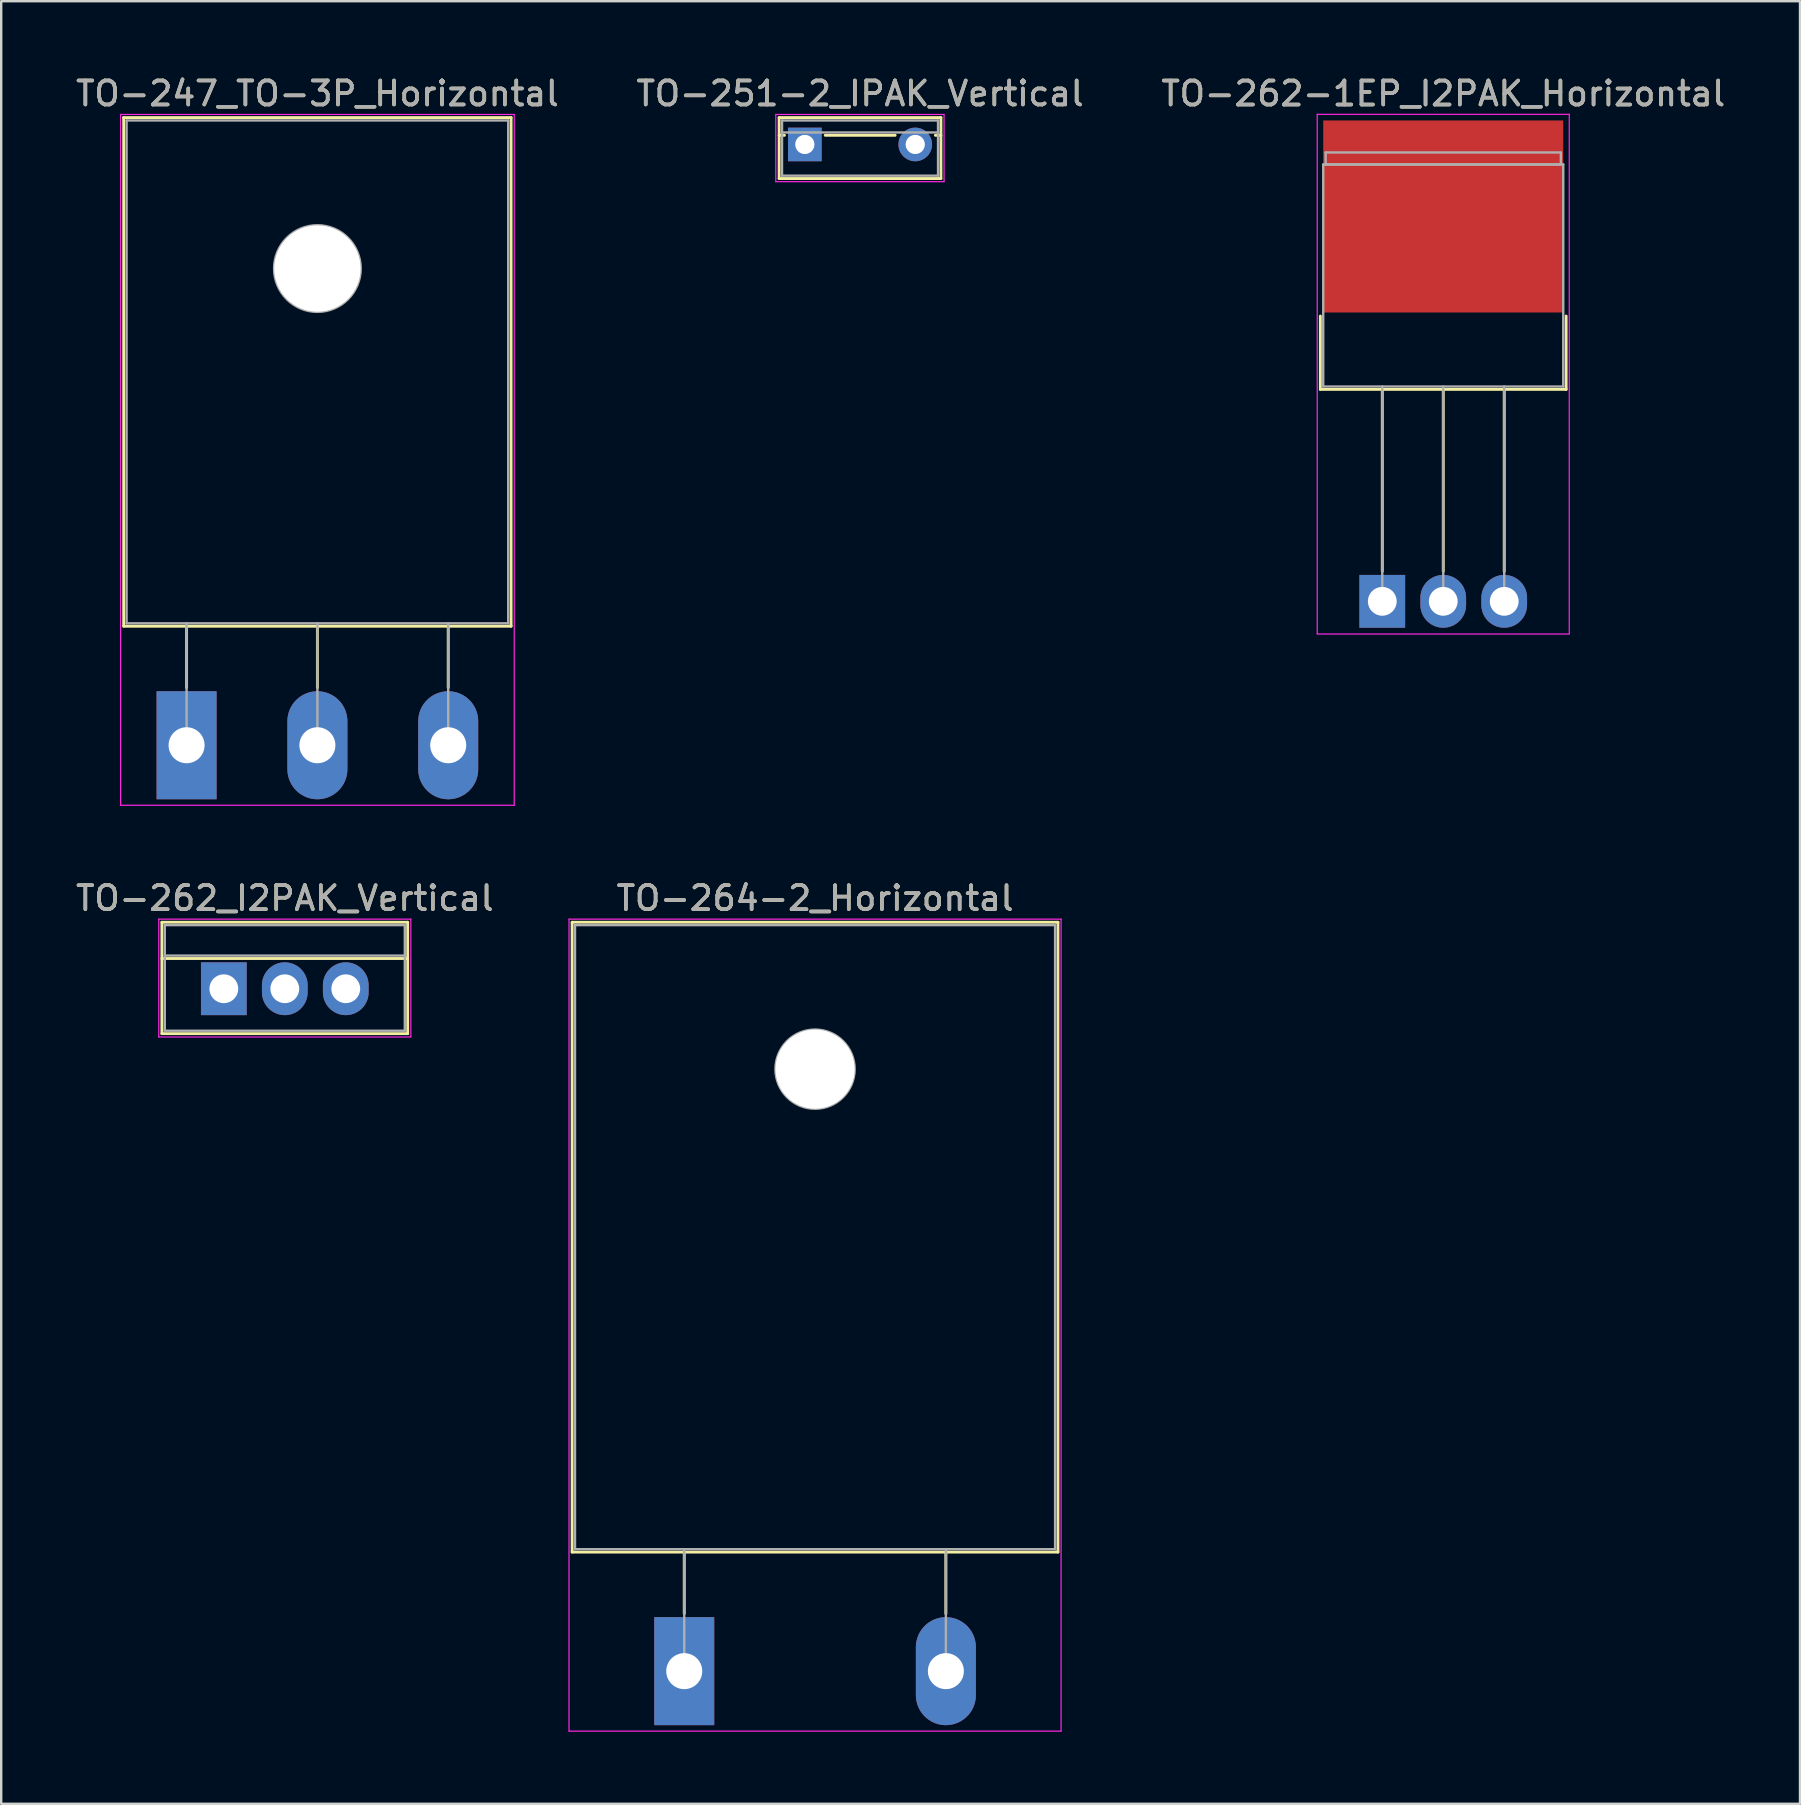
<source format=kicad_pcb>
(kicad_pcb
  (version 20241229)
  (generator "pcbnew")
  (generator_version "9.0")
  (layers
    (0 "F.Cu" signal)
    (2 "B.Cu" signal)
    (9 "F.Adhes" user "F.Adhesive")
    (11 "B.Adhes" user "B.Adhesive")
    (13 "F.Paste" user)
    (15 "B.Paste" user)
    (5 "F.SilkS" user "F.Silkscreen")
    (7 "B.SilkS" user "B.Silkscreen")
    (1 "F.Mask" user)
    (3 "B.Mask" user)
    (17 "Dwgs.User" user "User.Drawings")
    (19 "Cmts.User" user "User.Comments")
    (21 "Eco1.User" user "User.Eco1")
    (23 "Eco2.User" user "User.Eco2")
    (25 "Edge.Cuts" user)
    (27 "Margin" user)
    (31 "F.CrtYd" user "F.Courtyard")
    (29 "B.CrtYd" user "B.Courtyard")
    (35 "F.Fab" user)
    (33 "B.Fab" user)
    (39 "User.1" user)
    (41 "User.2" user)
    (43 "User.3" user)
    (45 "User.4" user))
  (footprint "TO-262_I2PAK_Vertical"
    (layer "F.Cu")
    (at 6.275 38.142)
    (property "Reference" "TO-262_I2PAK_Vertical" (at 2.54 -3.77 0) (layer "F.SilkS") (effects (font (size 1 1) (thickness 0.15))))
    (attr through_hole)
    (fp_line (start -2.58 -2.77) (end -2.58 1.871) (stroke (width 0.12) (type solid)) (layer "F.SilkS"))
    (fp_line (start -2.58 -2.77) (end 7.66 -2.77) (stroke (width 0.12) (type solid)) (layer "F.SilkS"))
    (fp_line (start -2.58 -1.26) (end 7.66 -1.26) (stroke (width 0.12) (type solid)) (layer "F.SilkS"))
    (fp_line (start -2.58 1.871) (end 7.66 1.871) (stroke (width 0.12) (type solid)) (layer "F.SilkS"))
    (fp_line (start 7.66 -2.77) (end 7.66 1.871) (stroke (width 0.12) (type solid)) (layer "F.SilkS"))
    (fp_line (start -2.71 -2.9) (end -2.71 2.01) (stroke (width 0.05) (type solid)) (layer "F.CrtYd"))
    (fp_line (start -2.71 2.01) (end 7.79 2.01) (stroke (width 0.05) (type solid)) (layer "F.CrtYd"))
    (fp_line (start 7.79 -2.9) (end -2.71 -2.9) (stroke (width 0.05) (type solid)) (layer "F.CrtYd"))
    (fp_line (start 7.79 2.01) (end 7.79 -2.9) (stroke (width 0.05) (type solid)) (layer "F.CrtYd"))
    (fp_line (start -2.46 -2.65) (end -2.46 1.75) (stroke (width 0.1) (type solid)) (layer "F.Fab"))
    (fp_line (start -2.46 -1.38) (end 7.54 -1.38) (stroke (width 0.1) (type solid)) (layer "F.Fab"))
    (fp_line (start -2.46 1.75) (end 7.54 1.75) (stroke (width 0.1) (type solid)) (layer "F.Fab"))
    (fp_line (start 7.54 -2.65) (end -2.46 -2.65) (stroke (width 0.1) (type solid)) (layer "F.Fab"))
    (fp_line (start 7.54 1.75) (end 7.54 -2.65) (stroke (width 0.1) (type solid)) (layer "F.Fab"))
    (fp_text user "${REFERENCE}" (at 2.54 -3.77 0) (layer "F.Fab") (effects (font (size 1 1) (thickness 0.15))))
    (pad "1" thru_hole rect (at 0 0) (size 1.905 2.2) (drill 1.2) (layers "*.Cu" "*.Mask"))
    (pad "2" thru_hole oval (at 2.54 0) (size 1.905 2.2) (drill 1.2) (layers "*.Cu" "*.Mask"))
    (pad "3" thru_hole oval (at 5.08 0) (size 1.905 2.2) (drill 1.2) (layers "*.Cu" "*.Mask")))
  (footprint "TO-262-1EP_I2PAK_Horizontal"
    (layer "F.Cu")
    (at 54.537 22.002)
    (property "Reference" "TO-262-1EP_I2PAK_Horizontal" (at 2.54 -21.153 0) (layer "F.SilkS") (effects (font (size 1 1) (thickness 0.15))))
    (attr through_hole)
    (fp_line (start -2.58 -11.884) (end -2.58 -8.83) (stroke (width 0.12) (type solid)) (layer "F.SilkS"))
    (fp_line (start -2.58 -8.83) (end 7.66 -8.83) (stroke (width 0.12) (type solid)) (layer "F.SilkS"))
    (fp_line (start 0 -8.83) (end 0 -1.25) (stroke (width 0.12) (type solid)) (layer "F.SilkS"))
    (fp_line (start 2.54 -8.83) (end 2.54 -1.25) (stroke (width 0.12) (type solid)) (layer "F.SilkS"))
    (fp_line (start 5.08 -8.83) (end 5.08 -1.25) (stroke (width 0.12) (type solid)) (layer "F.SilkS"))
    (fp_line (start 7.66 -11.884) (end 7.66 -8.83) (stroke (width 0.12) (type solid)) (layer "F.SilkS"))
    (fp_line (start -2.71 -20.29) (end -2.71 1.36) (stroke (width 0.05) (type solid)) (layer "F.CrtYd"))
    (fp_line (start -2.71 1.36) (end 7.79 1.36) (stroke (width 0.05) (type solid)) (layer "F.CrtYd"))
    (fp_line (start 7.79 -20.29) (end -2.71 -20.29) (stroke (width 0.05) (type solid)) (layer "F.CrtYd"))
    (fp_line (start 7.79 1.36) (end 7.79 -20.29) (stroke (width 0.05) (type solid)) (layer "F.CrtYd"))
    (fp_line (start -2.46 -18.2) (end 7.54 -18.2) (stroke (width 0.1) (type solid)) (layer "F.Fab"))
    (fp_line (start -2.46 -8.95) (end -2.46 -18.2) (stroke (width 0.1) (type solid)) (layer "F.Fab"))
    (fp_line (start -2.36 -18.7) (end 7.44 -18.7) (stroke (width 0.1) (type solid)) (layer "F.Fab"))
    (fp_line (start -2.36 -18.2) (end -2.36 -18.7) (stroke (width 0.1) (type solid)) (layer "F.Fab"))
    (fp_line (start 0 -8.95) (end 0 0) (stroke (width 0.1) (type solid)) (layer "F.Fab"))
    (fp_line (start 2.54 -8.95) (end 2.54 0) (stroke (width 0.1) (type solid)) (layer "F.Fab"))
    (fp_line (start 5.08 -8.95) (end 5.08 0) (stroke (width 0.1) (type solid)) (layer "F.Fab"))
    (fp_line (start 7.44 -18.7) (end 7.44 -18.2) (stroke (width 0.1) (type solid)) (layer "F.Fab"))
    (fp_line (start 7.44 -18.2) (end -2.36 -18.2) (stroke (width 0.1) (type solid)) (layer "F.Fab"))
    (fp_line (start 7.54 -18.2) (end 7.54 -8.95) (stroke (width 0.1) (type solid)) (layer "F.Fab"))
    (fp_line (start 7.54 -8.95) (end -2.46 -8.95) (stroke (width 0.1) (type solid)) (layer "F.Fab"))
    (fp_text user "${REFERENCE}" (at 2.54 -21.153 0) (layer "F.Fab") (effects (font (size 1 1) (thickness 0.15))))
    (pad "1" thru_hole rect (at 0 0) (size 1.905 2.2) (drill 1.2) (layers "*.Cu" "*.Mask"))
    (pad "2" thru_hole oval (at 2.54 0) (size 1.905 2.2) (drill 1.2) (layers "*.Cu" "*.Mask"))
    (pad "3" thru_hole oval (at 5.08 0) (size 1.905 2.2) (drill 1.2) (layers "*.Cu" "*.Mask"))
    (pad "4" smd rect (at 2.54 -16.033) (size 10 8) (layers "F.Cu" "F.Mask")))
  (footprint "TO-247_TO-3P_Horizontal"
    (layer "F.Cu")
    (at 4.723 27.998)
    (property "Reference" "TO-247_TO-3P_Horizontal" (at 5.45 -27.15 0) (layer "F.SilkS") (effects (font (size 1 1) (thickness 0.15))))
    (attr through_hole)
    (fp_line (start -2.62 -26.15) (end -2.62 -4.96) (stroke (width 0.12) (type solid)) (layer "F.SilkS"))
    (fp_line (start -2.62 -26.15) (end 13.52 -26.15) (stroke (width 0.12) (type solid)) (layer "F.SilkS"))
    (fp_line (start -2.62 -4.96) (end 13.52 -4.96) (stroke (width 0.12) (type solid)) (layer "F.SilkS"))
    (fp_line (start 0 -4.96) (end 0 -2.4) (stroke (width 0.12) (type solid)) (layer "F.SilkS"))
    (fp_line (start 5.45 -4.96) (end 5.45 -2.4) (stroke (width 0.12) (type solid)) (layer "F.SilkS"))
    (fp_line (start 10.9 -4.96) (end 10.9 -2.4) (stroke (width 0.12) (type solid)) (layer "F.SilkS"))
    (fp_line (start 13.52 -26.15) (end 13.52 -4.96) (stroke (width 0.12) (type solid)) (layer "F.SilkS"))
    (fp_line (start -2.75 -26.28) (end -2.75 2.5) (stroke (width 0.05) (type solid)) (layer "F.CrtYd"))
    (fp_line (start -2.75 2.5) (end 13.65 2.5) (stroke (width 0.05) (type solid)) (layer "F.CrtYd"))
    (fp_line (start 13.65 -26.28) (end -2.75 -26.28) (stroke (width 0.05) (type solid)) (layer "F.CrtYd"))
    (fp_line (start 13.65 2.5) (end 13.65 -26.28) (stroke (width 0.05) (type solid)) (layer "F.CrtYd"))
    (fp_line (start -2.5 -26.03) (end 13.4 -26.03) (stroke (width 0.1) (type solid)) (layer "F.Fab"))
    (fp_line (start -2.5 -5.08) (end -2.5 -26.03) (stroke (width 0.1) (type solid)) (layer "F.Fab"))
    (fp_line (start 0 -5.08) (end 0 0) (stroke (width 0.1) (type solid)) (layer "F.Fab"))
    (fp_line (start 5.45 -5.08) (end 5.45 0) (stroke (width 0.1) (type solid)) (layer "F.Fab"))
    (fp_line (start 10.9 -5.08) (end 10.9 0) (stroke (width 0.1) (type solid)) (layer "F.Fab"))
    (fp_line (start 13.4 -26.03) (end 13.4 -5.08) (stroke (width 0.1) (type solid)) (layer "F.Fab"))
    (fp_line (start 13.4 -5.08) (end -2.5 -5.08) (stroke (width 0.1) (type solid)) (layer "F.Fab"))
    (fp_circle (center 5.45 -19.86) (end 7.255 -19.86) (stroke (width 0.1) (type solid)) (fill no) (layer "F.Fab"))
    (fp_text user "${REFERENCE}" (at 5.45 -27.15 0) (layer "F.Fab") (effects (font (size 1 1) (thickness 0.15))))
    (pad "" np_thru_hole oval (at 5.45 -19.86) (size 3.6 3.6) (drill 3.6) (layers "*.Cu" "*.Mask"))
    (pad "1" thru_hole rect (at 0 0) (size 2.5 4.5) (drill 1.5) (layers "*.Cu" "*.Mask"))
    (pad "2" thru_hole oval (at 5.45 0) (size 2.5 4.5) (drill 1.5) (layers "*.Cu" "*.Mask"))
    (pad "3" thru_hole oval (at 10.9 0) (size 2.5 4.5) (drill 1.5) (layers "*.Cu" "*.Mask")))
  (footprint "TO-264-2_Horizontal"
    (layer "F.Cu")
    (at 25.456 66.572)
    (property "Reference" "TO-264-2_Horizontal" (at 5.45 -32.2 0) (layer "F.SilkS") (effects (font (size 1 1) (thickness 0.15))))
    (attr through_hole)
    (fp_line (start -4.67 -31.2) (end -4.67 -4.96) (stroke (width 0.12) (type solid)) (layer "F.SilkS"))
    (fp_line (start -4.67 -31.2) (end 15.57 -31.2) (stroke (width 0.12) (type solid)) (layer "F.SilkS"))
    (fp_line (start -4.67 -4.96) (end 15.57 -4.96) (stroke (width 0.12) (type solid)) (layer "F.SilkS"))
    (fp_line (start 0 -4.96) (end 0 -2.4) (stroke (width 0.12) (type solid)) (layer "F.SilkS"))
    (fp_line (start 10.9 -4.96) (end 10.9 -2.4) (stroke (width 0.12) (type solid)) (layer "F.SilkS"))
    (fp_line (start 15.57 -31.2) (end 15.57 -4.96) (stroke (width 0.12) (type solid)) (layer "F.SilkS"))
    (fp_line (start -4.8 -31.33) (end -4.8 2.5) (stroke (width 0.05) (type solid)) (layer "F.CrtYd"))
    (fp_line (start -4.8 2.5) (end 15.7 2.5) (stroke (width 0.05) (type solid)) (layer "F.CrtYd"))
    (fp_line (start 15.7 -31.33) (end -4.8 -31.33) (stroke (width 0.05) (type solid)) (layer "F.CrtYd"))
    (fp_line (start 15.7 2.5) (end 15.7 -31.33) (stroke (width 0.05) (type solid)) (layer "F.CrtYd"))
    (fp_line (start -4.55 -31.08) (end 15.45 -31.08) (stroke (width 0.1) (type solid)) (layer "F.Fab"))
    (fp_line (start -4.55 -5.08) (end -4.55 -31.08) (stroke (width 0.1) (type solid)) (layer "F.Fab"))
    (fp_line (start 0 -5.08) (end 0 0) (stroke (width 0.1) (type solid)) (layer "F.Fab"))
    (fp_line (start 10.9 -5.08) (end 10.9 0) (stroke (width 0.1) (type solid)) (layer "F.Fab"))
    (fp_line (start 15.45 -31.08) (end 15.45 -5.08) (stroke (width 0.1) (type solid)) (layer "F.Fab"))
    (fp_line (start 15.45 -5.08) (end -4.55 -5.08) (stroke (width 0.1) (type solid)) (layer "F.Fab"))
    (fp_circle (center 5.45 -25.08) (end 7.1 -25.08) (stroke (width 0.1) (type solid)) (fill no) (layer "F.Fab"))
    (fp_text user "${REFERENCE}" (at 5.45 -32.2 0) (layer "F.Fab") (effects (font (size 1 1) (thickness 0.15))))
    (pad "" np_thru_hole oval (at 5.45 -25.08) (size 3.3 3.3) (drill 3.3) (layers "*.Cu" "*.Mask"))
    (pad "1" thru_hole rect (at 0 0) (size 2.5 4.5) (drill 1.5) (layers "*.Cu" "*.Mask"))
    (pad "2" thru_hole oval (at 10.9 0) (size 2.5 4.5) (drill 1.5) (layers "*.Cu" "*.Mask")))
  (footprint "TO-251-2_IPAK_Vertical"
    (layer "F.Cu")
    (at 30.48 2.968)
    (property "Reference" "TO-251-2_IPAK_Vertical" (at 2.3 -2.12 0) (layer "F.SilkS") (effects (font (size 1 1) (thickness 0.15))))
    (attr through_hole)
    (fp_line (start -1.071 -1.12) (end -1.071 1.42) (stroke (width 0.12) (type solid)) (layer "F.SilkS"))
    (fp_line (start -1.071 -1.12) (end 5.67 -1.12) (stroke (width 0.12) (type solid)) (layer "F.SilkS"))
    (fp_line (start -1.071 -0.381) (end -0.85 -0.381) (stroke (width 0.12) (type solid)) (layer "F.SilkS"))
    (fp_line (start -1.071 1.42) (end 5.67 1.42) (stroke (width 0.12) (type solid)) (layer "F.SilkS"))
    (fp_line (start 0.85 -0.381) (end 3.762 -0.381) (stroke (width 0.12) (type solid)) (layer "F.SilkS"))
    (fp_line (start 5.439 -0.381) (end 5.67 -0.381) (stroke (width 0.12) (type solid)) (layer "F.SilkS"))
    (fp_line (start 5.67 -1.12) (end 5.67 1.42) (stroke (width 0.12) (type solid)) (layer "F.SilkS"))
    (fp_line (start -1.21 -1.25) (end -1.21 1.55) (stroke (width 0.05) (type solid)) (layer "F.CrtYd"))
    (fp_line (start -1.21 1.55) (end 5.8 1.55) (stroke (width 0.05) (type solid)) (layer "F.CrtYd"))
    (fp_line (start 5.8 -1.25) (end -1.21 -1.25) (stroke (width 0.05) (type solid)) (layer "F.CrtYd"))
    (fp_line (start 5.8 1.55) (end 5.8 -1.25) (stroke (width 0.05) (type solid)) (layer "F.CrtYd"))
    (fp_line (start -0.95 -1) (end -0.95 1.3) (stroke (width 0.1) (type solid)) (layer "F.Fab"))
    (fp_line (start -0.95 -0.5) (end 5.55 -0.5) (stroke (width 0.1) (type solid)) (layer "F.Fab"))
    (fp_line (start -0.95 1.3) (end 5.55 1.3) (stroke (width 0.1) (type solid)) (layer "F.Fab"))
    (fp_line (start 5.55 -1) (end -0.95 -1) (stroke (width 0.1) (type solid)) (layer "F.Fab"))
    (fp_line (start 5.55 1.3) (end 5.55 -1) (stroke (width 0.1) (type solid)) (layer "F.Fab"))
    (fp_text user "${REFERENCE}" (at 2.3 -2.12 0) (layer "F.Fab") (effects (font (size 1 1) (thickness 0.15))))
    (pad "1" thru_hole rect (at 0 0) (size 1.4 1.4) (drill 0.8) (layers "*.Cu" "*.Mask"))
    (pad "2" thru_hole oval (at 4.6 0) (size 1.4 1.4) (drill 0.8) (layers "*.Cu" "*.Mask")))
  (gr_rect
    (start -3 -3)
    (end 71.94 72.097)
    (stroke (width 0.1) (type default))
    (fill no)
    (layer "Edge.Cuts")))
</source>
